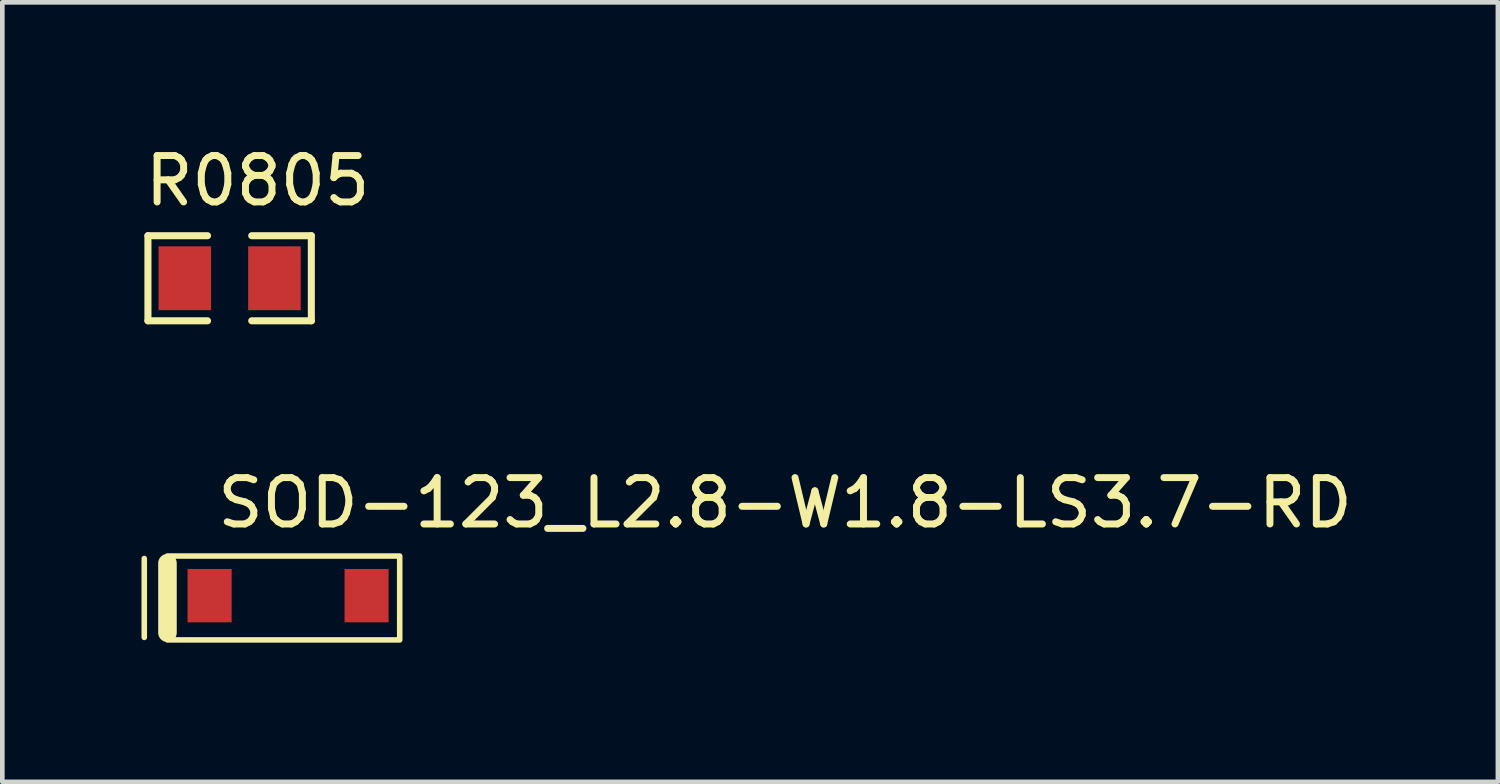
<source format=kicad_pcb>
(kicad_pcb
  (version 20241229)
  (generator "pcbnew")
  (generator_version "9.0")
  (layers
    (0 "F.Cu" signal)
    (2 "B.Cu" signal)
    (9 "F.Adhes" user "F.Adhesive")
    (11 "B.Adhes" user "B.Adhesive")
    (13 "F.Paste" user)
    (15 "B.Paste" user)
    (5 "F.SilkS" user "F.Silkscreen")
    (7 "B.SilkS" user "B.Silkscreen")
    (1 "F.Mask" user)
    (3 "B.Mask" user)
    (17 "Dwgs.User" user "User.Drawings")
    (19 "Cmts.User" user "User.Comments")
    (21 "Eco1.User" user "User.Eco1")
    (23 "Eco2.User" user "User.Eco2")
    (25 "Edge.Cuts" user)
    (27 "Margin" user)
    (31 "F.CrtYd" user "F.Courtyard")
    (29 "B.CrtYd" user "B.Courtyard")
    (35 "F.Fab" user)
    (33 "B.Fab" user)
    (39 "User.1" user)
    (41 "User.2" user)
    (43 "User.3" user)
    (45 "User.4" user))
  (footprint "R0805"
    (layer "F.Cu")
    (at 1.9 2.948)
    (property "Reference" "R0805" (at -1.9 -2.1 0) (layer "F.SilkS") (effects (font (size 1 1) (thickness 0.15)) (justify left)))
    (attr smd)
    (fp_line (start -1.761 -0.917) (end -0.476 -0.917) (stroke (width 0.152) (type solid)) (layer "F.SilkS"))
    (fp_line (start -1.761 0.917) (end -1.761 -0.917) (stroke (width 0.152) (type solid)) (layer "F.SilkS"))
    (fp_line (start -0.476 0.917) (end -1.761 0.917) (stroke (width 0.152) (type solid)) (layer "F.SilkS"))
    (fp_line (start 0.476 0.917) (end 1.761 0.917) (stroke (width 0.152) (type solid)) (layer "F.SilkS"))
    (fp_line (start 1.761 -0.917) (end 0.476 -0.917) (stroke (width 0.152) (type solid)) (layer "F.SilkS"))
    (fp_line (start 1.761 0.917) (end 1.761 -0.917) (stroke (width 0.152) (type solid)) (layer "F.SilkS"))
    (pad "1" smd rect (at -0.966 0) (size 1.133 1.377) (layers "F.Cu" "F.Mask" "F.Paste"))
    (pad "2" smd rect (at 0.966 0) (size 1.133 1.377) (layers "F.Cu" "F.Mask" "F.Paste")))
  (footprint "SOD-123_L2.8-W1.8-LS3.7-RD"
    (layer "F.Cu")
    (at 3.16 9.79)
    (property "Reference" "SOD-123_L2.8-W1.8-LS3.7-RD" (at -1.6 -2 0) (layer "F.SilkS") (effects (font (size 1 1) (thickness 0.15)) (justify left)))
    (attr smd)
    (fp_line (start -3.1 -0.8) (end -3.1 0.9) (stroke (width 0.12) (type solid)) (layer "F.SilkS"))
    (fp_line (start -2.6 -0.7) (end -2.6 0.8) (stroke (width 0.4) (type solid)) (layer "F.SilkS"))
    (fp_rect (start 2.406 -0.854) (end -2.6 0.954) (stroke (width 0.12) (type solid)) (fill no) (layer "F.SilkS"))
    (pad "1" smd rect (at -1.692 0) (size 0.95 1.15) (layers "F.Cu" "F.Mask" "F.Paste"))
    (pad "2" smd rect (at 1.692 0) (size 0.95 1.15) (layers "F.Cu" "F.Mask" "F.Paste")))
  (gr_rect
    (start -3 -3)
    (end 29.239 13.803)
    (stroke (width 0.1) (type default))
    (fill no)
    (layer "Edge.Cuts")))
</source>
